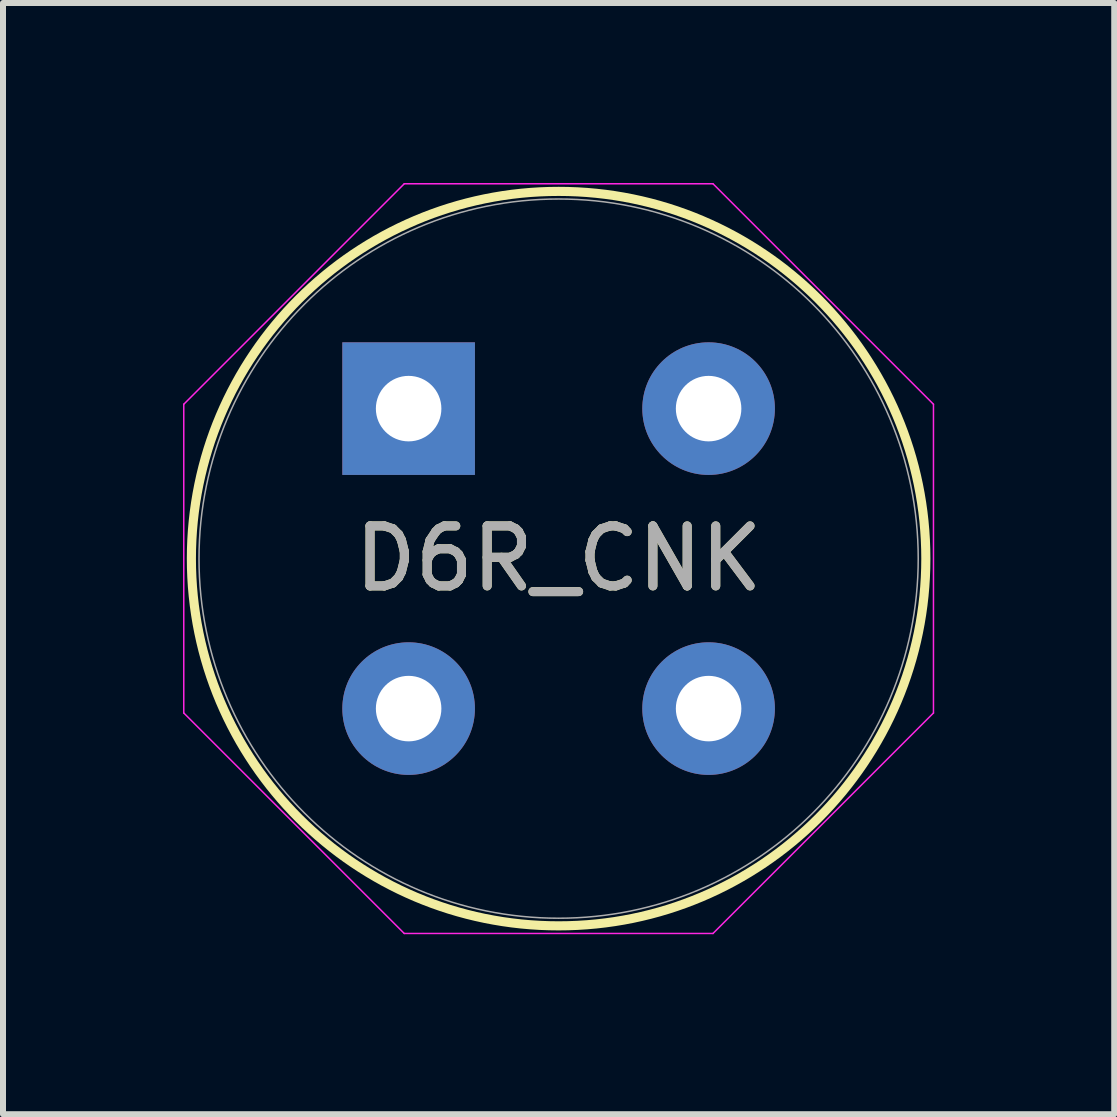
<source format=kicad_pcb>
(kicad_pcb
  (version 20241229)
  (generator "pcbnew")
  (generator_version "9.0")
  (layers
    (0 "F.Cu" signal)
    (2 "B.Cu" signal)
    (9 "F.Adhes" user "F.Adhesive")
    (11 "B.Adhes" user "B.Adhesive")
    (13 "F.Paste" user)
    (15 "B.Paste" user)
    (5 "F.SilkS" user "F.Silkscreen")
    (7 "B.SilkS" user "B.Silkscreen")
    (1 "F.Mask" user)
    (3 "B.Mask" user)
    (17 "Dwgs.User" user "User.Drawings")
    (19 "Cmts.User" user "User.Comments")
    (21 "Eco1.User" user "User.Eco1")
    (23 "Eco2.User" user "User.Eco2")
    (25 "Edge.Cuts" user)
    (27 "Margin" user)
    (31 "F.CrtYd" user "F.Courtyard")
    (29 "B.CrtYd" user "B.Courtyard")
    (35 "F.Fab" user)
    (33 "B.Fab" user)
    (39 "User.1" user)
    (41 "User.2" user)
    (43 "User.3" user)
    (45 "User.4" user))
  (footprint "D6R_CNK"
    (layer "F.Cu")
    (at 3.761 3.761)
    (property "Reference" "D6R_CNK" (at 2.5 2.5 0) (unlocked yes) (layer "F.SilkS") (effects (font (size 1 1) (thickness 0.15))))
    (attr through_hole)
    (fp_circle (center 2.5 2.5) (end 8.621 2.5) (stroke (width 0.152) (type solid)) (fill no) (layer "F.SilkS"))
    (fp_line (start -3.748 -0.073) (end -0.073 -3.748) (stroke (width 0.025) (type solid)) (layer "F.CrtYd"))
    (fp_line (start -3.748 5.073) (end -3.748 -0.073) (stroke (width 0.025) (type solid)) (layer "F.CrtYd"))
    (fp_line (start -0.073 -3.748) (end 5.073 -3.748) (stroke (width 0.025) (type solid)) (layer "F.CrtYd"))
    (fp_line (start -0.073 8.748) (end -3.748 5.073) (stroke (width 0.025) (type solid)) (layer "F.CrtYd"))
    (fp_line (start 5.073 -3.748) (end 8.748 -0.073) (stroke (width 0.025) (type solid)) (layer "F.CrtYd"))
    (fp_line (start 5.073 8.748) (end -0.073 8.748) (stroke (width 0.025) (type solid)) (layer "F.CrtYd"))
    (fp_line (start 8.748 -0.073) (end 8.748 5.073) (stroke (width 0.025) (type solid)) (layer "F.CrtYd"))
    (fp_line (start 8.748 5.073) (end 5.073 8.748) (stroke (width 0.025) (type solid)) (layer "F.CrtYd"))
    (fp_circle (center 2.5 2.5) (end 8.494 2.5) (stroke (width 0.025) (type solid)) (fill no) (layer "F.Fab"))
    (fp_text user "${REFERENCE}" (at 2.5 2.5 0) (unlocked yes) (layer "F.Fab") (effects (font (size 1 1) (thickness 0.15))))
    (pad "1" thru_hole rect (at 0 0) (size 2.21 2.21) (drill 1.092) (layers "*.Cu" "*.Mask"))
    (pad "2" thru_hole circle (at 0 5) (size 2.21 2.21) (drill 1.092) (layers "*.Cu" "*.Mask"))
    (pad "3" thru_hole circle (at 5 5) (size 2.21 2.21) (drill 1.092) (layers "*.Cu" "*.Mask"))
    (pad "4" thru_hole circle (at 5 0) (size 2.21 2.21) (drill 1.092) (layers "*.Cu" "*.Mask")))
  (gr_rect
    (start -3 -3)
    (end 15.522 15.522)
    (stroke (width 0.1) (type default))
    (fill no)
    (layer "Edge.Cuts")))
</source>
